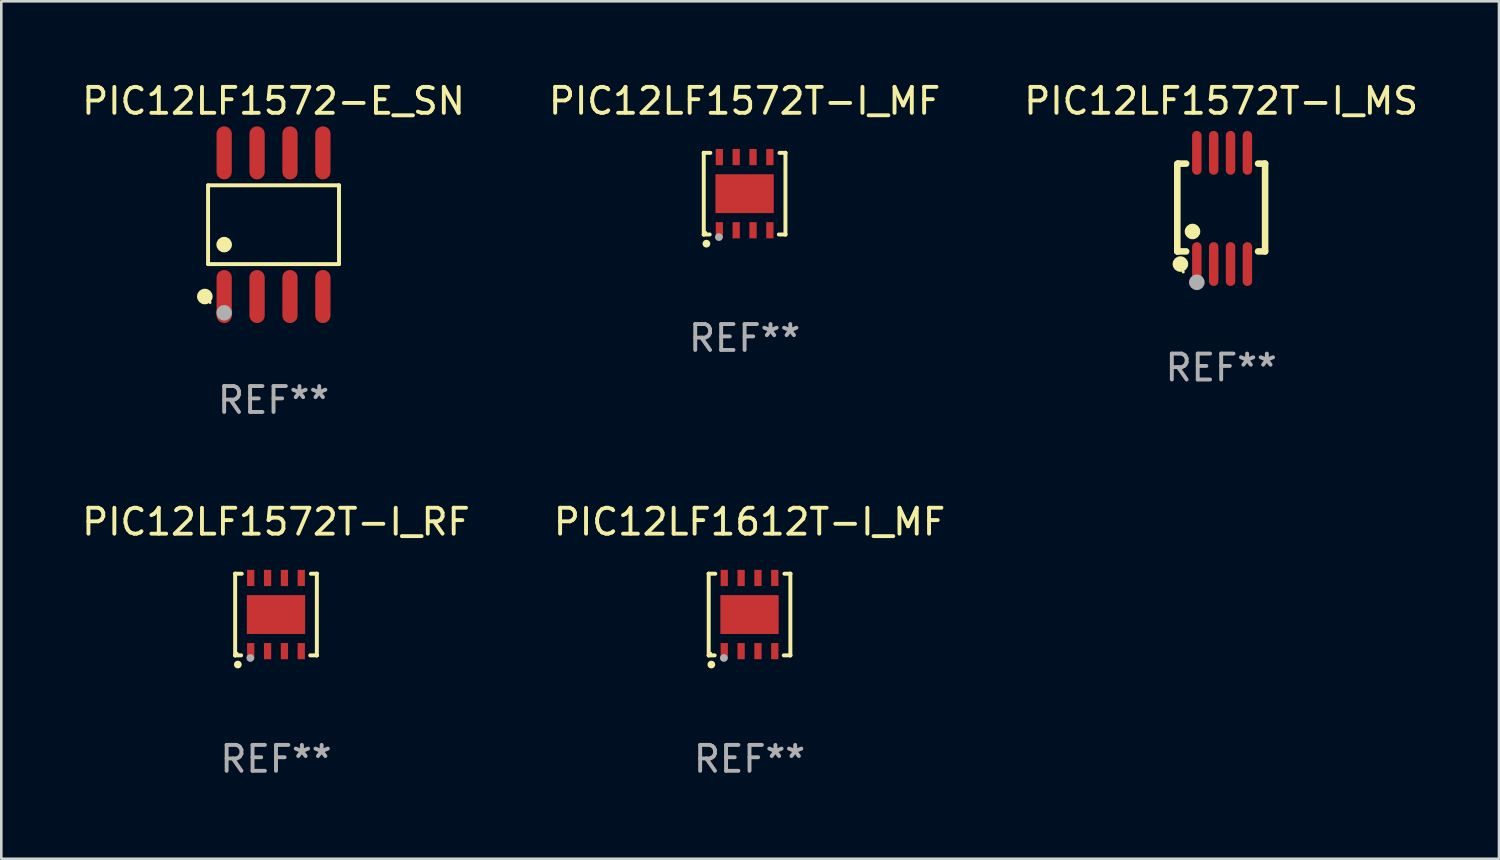
<source format=kicad_pcb>
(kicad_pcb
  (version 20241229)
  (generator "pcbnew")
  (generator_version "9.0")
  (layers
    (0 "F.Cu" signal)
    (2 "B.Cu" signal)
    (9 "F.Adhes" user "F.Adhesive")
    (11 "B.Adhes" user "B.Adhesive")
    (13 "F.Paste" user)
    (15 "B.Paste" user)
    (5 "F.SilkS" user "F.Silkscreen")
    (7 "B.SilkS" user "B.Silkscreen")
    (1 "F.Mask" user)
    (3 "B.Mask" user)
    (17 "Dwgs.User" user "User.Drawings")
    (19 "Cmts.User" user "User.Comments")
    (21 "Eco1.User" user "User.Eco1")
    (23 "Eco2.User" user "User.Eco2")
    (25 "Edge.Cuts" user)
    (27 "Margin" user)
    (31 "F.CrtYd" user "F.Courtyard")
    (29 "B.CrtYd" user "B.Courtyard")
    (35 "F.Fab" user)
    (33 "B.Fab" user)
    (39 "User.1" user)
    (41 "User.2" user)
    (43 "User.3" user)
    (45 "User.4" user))
  (footprint "PIC12LF1612T-I_MF"
    (layer "F.Cu")
    (at 25.875 20.666)
    (property "Reference" "PIC12LF1612T-I_MF" (at 0 -3.576 0) (layer "F.SilkS") (effects (font (size 1 1) (thickness 0.15))))
    (attr through_hole)
    (fp_line (start -1.576 -1.576) (end -1.576 -1.576) (stroke (width 0.152) (type solid)) (layer "F.SilkS"))
    (fp_line (start -1.576 -1.576) (end -1.576 1.576) (stroke (width 0.152) (type solid)) (layer "F.SilkS"))
    (fp_line (start -1.576 1.576) (end -1.576 1.576) (stroke (width 0.152) (type solid)) (layer "F.SilkS"))
    (fp_line (start -1.576 1.576) (end -1.346 1.575) (stroke (width 0.152) (type solid)) (layer "F.SilkS"))
    (fp_line (start -1.321 -1.575) (end -1.576 -1.576) (stroke (width 0.152) (type solid)) (layer "F.SilkS"))
    (fp_line (start 1.321 1.575) (end 1.576 1.576) (stroke (width 0.152) (type solid)) (layer "F.SilkS"))
    (fp_line (start 1.576 -1.576) (end 1.346 -1.575) (stroke (width 0.152) (type solid)) (layer "F.SilkS"))
    (fp_line (start 1.576 -1.576) (end 1.576 -1.576) (stroke (width 0.152) (type solid)) (layer "F.SilkS"))
    (fp_line (start 1.576 1.576) (end 1.576 -1.576) (stroke (width 0.152) (type solid)) (layer "F.SilkS"))
    (fp_line (start 1.576 1.576) (end 1.576 1.576) (stroke (width 0.152) (type solid)) (layer "F.SilkS"))
    (fp_circle (center -1.5 1.5) (end -1.47 1.5) (stroke (width 0.06) (type solid)) (fill no) (layer "F.SilkS"))
    (fp_circle (center -1.473 1.93) (end -1.398 1.93) (stroke (width 0.15) (type solid)) (fill no) (layer "F.SilkS"))
    (fp_circle (center -0.991 1.676) (end -0.916 1.676) (stroke (width 0.15) (type solid)) (fill no) (layer "F.Fab"))
    (fp_text user "REF**" (at 0 5.576 0) (layer "F.Fab") (effects (font (size 1 1) (thickness 0.15))))
    (pad "1" smd rect (at -0.975 1.412) (size 0.28 0.625) (layers "F.Cu" "F.Mask" "F.Paste"))
    (pad "2" smd rect (at -0.325 1.412) (size 0.28 0.625) (layers "F.Cu" "F.Mask" "F.Paste"))
    (pad "3" smd rect (at 0.325 1.412) (size 0.28 0.625) (layers "F.Cu" "F.Mask" "F.Paste"))
    (pad "4" smd rect (at 0.975 1.412) (size 0.28 0.625) (layers "F.Cu" "F.Mask" "F.Paste"))
    (pad "5" smd rect (at 0.975 -1.412) (size 0.28 0.625) (layers "F.Cu" "F.Mask" "F.Paste"))
    (pad "6" smd rect (at 0.325 -1.412) (size 0.28 0.625) (layers "F.Cu" "F.Mask" "F.Paste"))
    (pad "7" smd rect (at -0.325 -1.412) (size 0.28 0.625) (layers "F.Cu" "F.Mask" "F.Paste"))
    (pad "8" smd rect (at -0.975 -1.412) (size 0.28 0.625) (layers "F.Cu" "F.Mask" "F.Paste"))
    (pad "9" smd rect (at 0 0) (size 2.25 1.5) (layers "F.Cu" "F.Mask" "F.Paste")))
  (footprint "PIC12LF1572T-I_MS"
    (layer "F.Cu")
    (at 44.077 4.994)
    (property "Reference" "PIC12LF1572T-I_MS" (at 0 -4.146 0) (layer "F.SilkS") (effects (font (size 1 1) (thickness 0.15))))
    (attr through_hole)
    (fp_line (start -1.694 -1.724) (end -1.694 1.652) (stroke (width 0.254) (type solid)) (layer "F.SilkS"))
    (fp_line (start -1.694 1.652) (end -1.688 1.658) (stroke (width 0.254) (type solid)) (layer "F.SilkS"))
    (fp_line (start -1.688 1.658) (end -1.353 1.658) (stroke (width 0.254) (type solid)) (layer "F.SilkS"))
    (fp_line (start -1.661 -1.73) (end -1.681 -1.71) (stroke (width 0.254) (type solid)) (layer "F.SilkS"))
    (fp_line (start -1.353 -1.73) (end -1.661 -1.73) (stroke (width 0.254) (type solid)) (layer "F.SilkS"))
    (fp_line (start 1.424 1.658) (end 1.694 1.658) (stroke (width 0.254) (type solid)) (layer "F.SilkS"))
    (fp_line (start 1.694 -1.73) (end 1.424 -1.73) (stroke (width 0.254) (type solid)) (layer "F.SilkS"))
    (fp_line (start 1.694 1.658) (end 1.694 -1.73) (stroke (width 0.254) (type solid)) (layer "F.SilkS"))
    (fp_circle (center -1.574 2.146) (end -1.424 2.146) (stroke (width 0.3) (type solid)) (fill no) (layer "F.SilkS"))
    (fp_circle (center -1.464 2.45) (end -1.434 2.45) (stroke (width 0.06) (type solid)) (fill no) (layer "F.SilkS"))
    (fp_circle (center -1.107 0.889) (end -0.957 0.889) (stroke (width 0.3) (type solid)) (fill no) (layer "F.SilkS"))
    (fp_circle (center -0.94 2.85) (end -0.789 2.85) (stroke (width 0.3) (type solid)) (fill no) (layer "F.Fab"))
    (fp_text user "REF**" (at 0 6.146 0) (layer "F.Fab") (effects (font (size 1 1) (thickness 0.15))))
    (pad "1" smd oval (at -0.94 2.146) (size 0.364 1.692) (layers "F.Cu" "F.Mask" "F.Paste"))
    (pad "2" smd oval (at -0.289 2.146) (size 0.364 1.692) (layers "F.Cu" "F.Mask" "F.Paste"))
    (pad "3" smd oval (at 0.361 2.146) (size 0.364 1.692) (layers "F.Cu" "F.Mask" "F.Paste"))
    (pad "4" smd oval (at 1.011 2.146) (size 0.364 1.692) (layers "F.Cu" "F.Mask" "F.Paste"))
    (pad "5" smd oval (at 1.011 -2.146) (size 0.364 1.692) (layers "F.Cu" "F.Mask" "F.Paste"))
    (pad "6" smd oval (at 0.361 -2.146) (size 0.364 1.692) (layers "F.Cu" "F.Mask" "F.Paste"))
    (pad "7" smd oval (at -0.289 -2.146) (size 0.364 1.692) (layers "F.Cu" "F.Mask" "F.Paste"))
    (pad "8" smd oval (at -0.94 -2.146) (size 0.364 1.692) (layers "F.Cu" "F.Mask" "F.Paste")))
  (footprint "PIC12LF1572-E_SN"
    (layer "F.Cu")
    (at 7.506 5.621)
    (property "Reference" "PIC12LF1572-E_SN" (at 0 -4.772 0) (layer "F.SilkS") (effects (font (size 1 1) (thickness 0.15))))
    (attr through_hole)
    (fp_line (start -2.526 -1.521) (end 2.526 -1.521) (stroke (width 0.152) (type solid)) (layer "F.SilkS"))
    (fp_line (start -2.526 1.521) (end -2.526 -1.521) (stroke (width 0.152) (type solid)) (layer "F.SilkS"))
    (fp_line (start 2.526 -1.521) (end 2.526 1.521) (stroke (width 0.152) (type solid)) (layer "F.SilkS"))
    (fp_line (start 2.526 1.521) (end -2.526 1.521) (stroke (width 0.152) (type solid)) (layer "F.SilkS"))
    (fp_circle (center -2.652 2.772) (end -2.501 2.772) (stroke (width 0.3) (type solid)) (fill no) (layer "F.SilkS"))
    (fp_circle (center -2.45 3) (end -2.42 3) (stroke (width 0.06) (type solid)) (fill no) (layer "F.SilkS"))
    (fp_circle (center -1.905 0.769) (end -1.755 0.769) (stroke (width 0.3) (type solid)) (fill no) (layer "F.SilkS"))
    (fp_circle (center -1.905 3.4) (end -1.755 3.4) (stroke (width 0.3) (type solid)) (fill no) (layer "F.Fab"))
    (fp_text user "REF**" (at 0 6.772 0) (layer "F.Fab") (effects (font (size 1 1) (thickness 0.15))))
    (pad "1" smd oval (at -1.905 2.772) (size 0.588 2.045) (layers "F.Cu" "F.Mask" "F.Paste"))
    (pad "2" smd oval (at -0.635 2.772) (size 0.588 2.045) (layers "F.Cu" "F.Mask" "F.Paste"))
    (pad "3" smd oval (at 0.635 2.772) (size 0.588 2.045) (layers "F.Cu" "F.Mask" "F.Paste"))
    (pad "4" smd oval (at 1.905 2.772) (size 0.588 2.045) (layers "F.Cu" "F.Mask" "F.Paste"))
    (pad "5" smd oval (at 1.905 -2.772) (size 0.588 2.045) (layers "F.Cu" "F.Mask" "F.Paste"))
    (pad "6" smd oval (at 0.635 -2.772) (size 0.588 2.045) (layers "F.Cu" "F.Mask" "F.Paste"))
    (pad "7" smd oval (at -0.635 -2.772) (size 0.588 2.045) (layers "F.Cu" "F.Mask" "F.Paste"))
    (pad "8" smd oval (at -1.905 -2.772) (size 0.588 2.045) (layers "F.Cu" "F.Mask" "F.Paste")))
  (footprint "PIC12LF1572T-I_MF"
    (layer "F.Cu")
    (at 25.685 4.424)
    (property "Reference" "PIC12LF1572T-I_MF" (at 0 -3.576 0) (layer "F.SilkS") (effects (font (size 1 1) (thickness 0.15))))
    (attr through_hole)
    (fp_line (start -1.576 -1.576) (end -1.576 -1.576) (stroke (width 0.152) (type solid)) (layer "F.SilkS"))
    (fp_line (start -1.576 -1.576) (end -1.576 1.576) (stroke (width 0.152) (type solid)) (layer "F.SilkS"))
    (fp_line (start -1.576 1.576) (end -1.576 1.576) (stroke (width 0.152) (type solid)) (layer "F.SilkS"))
    (fp_line (start -1.576 1.576) (end -1.346 1.575) (stroke (width 0.152) (type solid)) (layer "F.SilkS"))
    (fp_line (start -1.321 -1.575) (end -1.576 -1.576) (stroke (width 0.152) (type solid)) (layer "F.SilkS"))
    (fp_line (start 1.321 1.575) (end 1.576 1.576) (stroke (width 0.152) (type solid)) (layer "F.SilkS"))
    (fp_line (start 1.576 -1.576) (end 1.346 -1.575) (stroke (width 0.152) (type solid)) (layer "F.SilkS"))
    (fp_line (start 1.576 -1.576) (end 1.576 -1.576) (stroke (width 0.152) (type solid)) (layer "F.SilkS"))
    (fp_line (start 1.576 1.576) (end 1.576 -1.576) (stroke (width 0.152) (type solid)) (layer "F.SilkS"))
    (fp_line (start 1.576 1.576) (end 1.576 1.576) (stroke (width 0.152) (type solid)) (layer "F.SilkS"))
    (fp_circle (center -1.5 1.5) (end -1.47 1.5) (stroke (width 0.06) (type solid)) (fill no) (layer "F.SilkS"))
    (fp_circle (center -1.473 1.93) (end -1.398 1.93) (stroke (width 0.15) (type solid)) (fill no) (layer "F.SilkS"))
    (fp_circle (center -0.991 1.676) (end -0.916 1.676) (stroke (width 0.15) (type solid)) (fill no) (layer "F.Fab"))
    (fp_text user "REF**" (at 0 5.576 0) (layer "F.Fab") (effects (font (size 1 1) (thickness 0.15))))
    (pad "1" smd rect (at -0.975 1.412) (size 0.28 0.625) (layers "F.Cu" "F.Mask" "F.Paste"))
    (pad "2" smd rect (at -0.325 1.412) (size 0.28 0.625) (layers "F.Cu" "F.Mask" "F.Paste"))
    (pad "3" smd rect (at 0.325 1.412) (size 0.28 0.625) (layers "F.Cu" "F.Mask" "F.Paste"))
    (pad "4" smd rect (at 0.975 1.412) (size 0.28 0.625) (layers "F.Cu" "F.Mask" "F.Paste"))
    (pad "5" smd rect (at 0.975 -1.412) (size 0.28 0.625) (layers "F.Cu" "F.Mask" "F.Paste"))
    (pad "6" smd rect (at 0.325 -1.412) (size 0.28 0.625) (layers "F.Cu" "F.Mask" "F.Paste"))
    (pad "7" smd rect (at -0.325 -1.412) (size 0.28 0.625) (layers "F.Cu" "F.Mask" "F.Paste"))
    (pad "8" smd rect (at -0.975 -1.412) (size 0.28 0.625) (layers "F.Cu" "F.Mask" "F.Paste"))
    (pad "9" smd rect (at 0 0) (size 2.25 1.5) (layers "F.Cu" "F.Mask" "F.Paste")))
  (footprint "PIC12LF1572T-I_RF"
    (layer "F.Cu")
    (at 7.601 20.666)
    (property "Reference" "PIC12LF1572T-I_RF" (at 0 -3.576 0) (layer "F.SilkS") (effects (font (size 1 1) (thickness 0.15))))
    (attr through_hole)
    (fp_line (start -1.576 -1.576) (end -1.576 -1.576) (stroke (width 0.152) (type solid)) (layer "F.SilkS"))
    (fp_line (start -1.576 -1.576) (end -1.576 1.576) (stroke (width 0.152) (type solid)) (layer "F.SilkS"))
    (fp_line (start -1.576 1.576) (end -1.576 1.576) (stroke (width 0.152) (type solid)) (layer "F.SilkS"))
    (fp_line (start -1.576 1.576) (end -1.346 1.575) (stroke (width 0.152) (type solid)) (layer "F.SilkS"))
    (fp_line (start -1.321 -1.575) (end -1.576 -1.576) (stroke (width 0.152) (type solid)) (layer "F.SilkS"))
    (fp_line (start 1.321 1.575) (end 1.576 1.576) (stroke (width 0.152) (type solid)) (layer "F.SilkS"))
    (fp_line (start 1.576 -1.576) (end 1.346 -1.575) (stroke (width 0.152) (type solid)) (layer "F.SilkS"))
    (fp_line (start 1.576 -1.576) (end 1.576 -1.576) (stroke (width 0.152) (type solid)) (layer "F.SilkS"))
    (fp_line (start 1.576 1.576) (end 1.576 -1.576) (stroke (width 0.152) (type solid)) (layer "F.SilkS"))
    (fp_line (start 1.576 1.576) (end 1.576 1.576) (stroke (width 0.152) (type solid)) (layer "F.SilkS"))
    (fp_circle (center -1.5 1.5) (end -1.47 1.5) (stroke (width 0.06) (type solid)) (fill no) (layer "F.SilkS"))
    (fp_circle (center -1.473 1.93) (end -1.398 1.93) (stroke (width 0.15) (type solid)) (fill no) (layer "F.SilkS"))
    (fp_circle (center -0.991 1.676) (end -0.916 1.676) (stroke (width 0.15) (type solid)) (fill no) (layer "F.Fab"))
    (fp_text user "REF**" (at 0 5.576 0) (layer "F.Fab") (effects (font (size 1 1) (thickness 0.15))))
    (pad "1" smd rect (at -0.975 1.412) (size 0.28 0.625) (layers "F.Cu" "F.Mask" "F.Paste"))
    (pad "2" smd rect (at -0.325 1.412) (size 0.28 0.625) (layers "F.Cu" "F.Mask" "F.Paste"))
    (pad "3" smd rect (at 0.325 1.412) (size 0.28 0.625) (layers "F.Cu" "F.Mask" "F.Paste"))
    (pad "4" smd rect (at 0.975 1.412) (size 0.28 0.625) (layers "F.Cu" "F.Mask" "F.Paste"))
    (pad "5" smd rect (at 0.975 -1.412) (size 0.28 0.625) (layers "F.Cu" "F.Mask" "F.Paste"))
    (pad "6" smd rect (at 0.325 -1.412) (size 0.28 0.625) (layers "F.Cu" "F.Mask" "F.Paste"))
    (pad "7" smd rect (at -0.325 -1.412) (size 0.28 0.625) (layers "F.Cu" "F.Mask" "F.Paste"))
    (pad "8" smd rect (at -0.975 -1.412) (size 0.28 0.625) (layers "F.Cu" "F.Mask" "F.Paste"))
    (pad "9" smd rect (at 0 0) (size 2.25 1.5) (layers "F.Cu" "F.Mask" "F.Paste")))
  (gr_rect
    (start -3 -3)
    (end 54.798 30.09)
    (stroke (width 0.1) (type default))
    (fill no)
    (layer "Edge.Cuts")))
</source>
